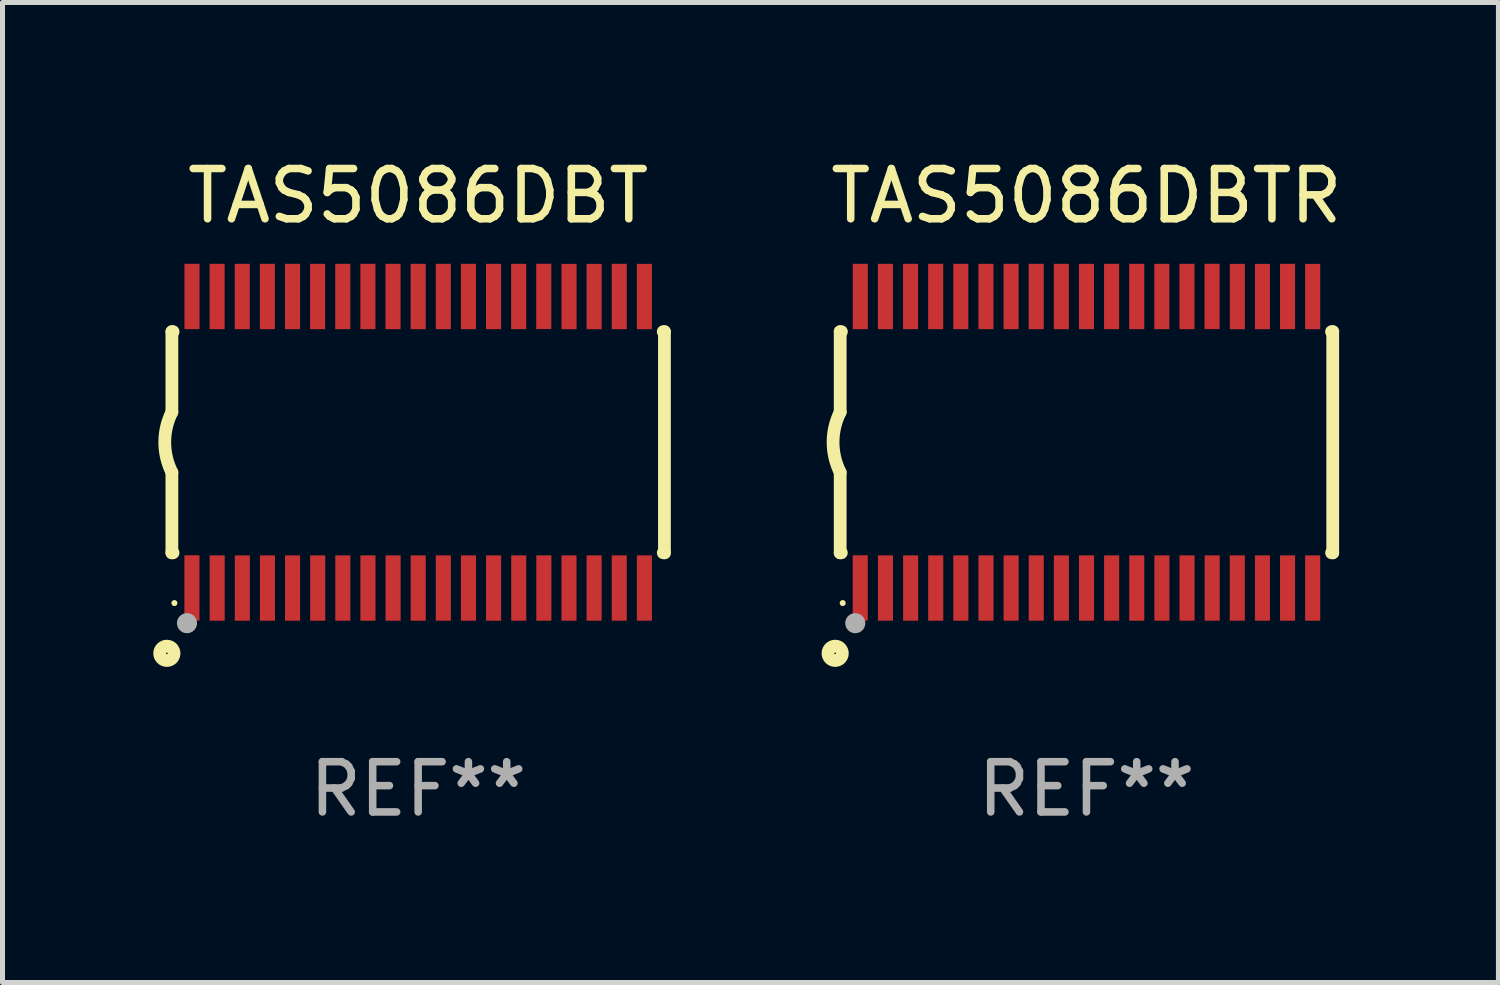
<source format=kicad_pcb>
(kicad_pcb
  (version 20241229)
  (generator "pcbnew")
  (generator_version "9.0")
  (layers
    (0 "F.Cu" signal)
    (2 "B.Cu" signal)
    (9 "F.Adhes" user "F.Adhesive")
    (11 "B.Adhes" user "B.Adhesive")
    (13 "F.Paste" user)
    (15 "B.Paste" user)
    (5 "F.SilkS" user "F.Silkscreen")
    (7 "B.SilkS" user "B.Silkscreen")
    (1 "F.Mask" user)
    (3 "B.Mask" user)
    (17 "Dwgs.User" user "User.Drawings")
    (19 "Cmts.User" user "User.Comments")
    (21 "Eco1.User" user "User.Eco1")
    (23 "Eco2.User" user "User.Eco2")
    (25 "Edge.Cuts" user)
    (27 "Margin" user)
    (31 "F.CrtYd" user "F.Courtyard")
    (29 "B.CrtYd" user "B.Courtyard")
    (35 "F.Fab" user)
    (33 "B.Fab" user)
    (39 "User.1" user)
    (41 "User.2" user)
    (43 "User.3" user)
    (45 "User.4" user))
  (footprint "TAS5086DBTR"
    (layer "F.Cu")
    (at 18.567 5.749)
    (property "Reference" "TAS5086DBTR" (at 0 -4.901 0) (layer "F.SilkS") (effects (font (size 1 1) (thickness 0.15))))
    (attr through_hole)
    (fp_line (start -4.9 -2.2) (end -4.9 -0.6) (stroke (width 0.254) (type solid)) (layer "F.SilkS"))
    (fp_line (start -4.9 -2.2) (end -4.876 -2.2) (stroke (width 0.254) (type solid)) (layer "F.SilkS"))
    (fp_line (start -4.9 2.2) (end -4.9 0.6) (stroke (width 0.254) (type solid)) (layer "F.SilkS"))
    (fp_line (start -4.9 2.2) (end -4.877 2.2) (stroke (width 0.254) (type solid)) (layer "F.SilkS"))
    (fp_line (start 4.876 -2.2) (end 4.9 -2.2) (stroke (width 0.254) (type solid)) (layer "F.SilkS"))
    (fp_line (start 4.877 2.2) (end 4.9 2.2) (stroke (width 0.254) (type solid)) (layer "F.SilkS"))
    (fp_line (start 4.9 -2.2) (end 4.9 2.2) (stroke (width 0.254) (type solid)) (layer "F.SilkS"))
    (fp_arc (start -4.900051 0.599822) (mid -5.041652 -0.000095) (end -4.9 -0.6) (stroke (width 0.254001) (type solid)) (layer "F.SilkS"))
    (fp_circle (center -5 4.2) (end -4.857 4.2) (stroke (width 0.254) (type solid)) (fill no) (layer "F.SilkS"))
    (fp_circle (center -4.85 3.2) (end -4.82 3.2) (stroke (width 0.06) (type solid)) (fill no) (layer "F.SilkS"))
    (fp_circle (center -4.6 3.6) (end -4.5 3.6) (stroke (width 0.2) (type solid)) (fill no) (layer "F.Fab"))
    (fp_text user "REF**" (at 0 6.901 0) (layer "F.Fab") (effects (font (size 1 1) (thickness 0.15))))
    (pad "1" smd rect (at -4.501 2.899 90) (size 1.3 0.3) (layers "F.Cu" "F.Mask" "F.Paste"))
    (pad "2" smd rect (at -3.999 2.901 90) (size 1.3 0.3) (layers "F.Cu" "F.Mask" "F.Paste"))
    (pad "3" smd rect (at -3.498 2.901 90) (size 1.3 0.3) (layers "F.Cu" "F.Mask" "F.Paste"))
    (pad "4" smd rect (at -2.999 2.901 90) (size 1.3 0.3) (layers "F.Cu" "F.Mask" "F.Paste"))
    (pad "5" smd rect (at -2.499 2.901 90) (size 1.3 0.3) (layers "F.Cu" "F.Mask" "F.Paste"))
    (pad "6" smd rect (at -1.999 2.901 90) (size 1.3 0.3) (layers "F.Cu" "F.Mask" "F.Paste"))
    (pad "7" smd rect (at -1.499 2.901 90) (size 1.3 0.3) (layers "F.Cu" "F.Mask" "F.Paste"))
    (pad "8" smd rect (at -0.999 2.901 90) (size 1.3 0.3) (layers "F.Cu" "F.Mask" "F.Paste"))
    (pad "9" smd rect (at -0.499 2.901 90) (size 1.3 0.3) (layers "F.Cu" "F.Mask" "F.Paste"))
    (pad "10" smd rect (at 0.001 2.901 90) (size 1.3 0.3) (layers "F.Cu" "F.Mask" "F.Paste"))
    (pad "11" smd rect (at 0.501 2.901 90) (size 1.3 0.3) (layers "F.Cu" "F.Mask" "F.Paste"))
    (pad "12" smd rect (at 1.001 2.901 90) (size 1.3 0.3) (layers "F.Cu" "F.Mask" "F.Paste"))
    (pad "13" smd rect (at 1.501 2.901 90) (size 1.3 0.3) (layers "F.Cu" "F.Mask" "F.Paste"))
    (pad "14" smd rect (at 2.001 2.901 90) (size 1.3 0.3) (layers "F.Cu" "F.Mask" "F.Paste"))
    (pad "15" smd rect (at 2.501 2.901 90) (size 1.3 0.3) (layers "F.Cu" "F.Mask" "F.Paste"))
    (pad "16" smd rect (at 3.001 2.901 90) (size 1.3 0.3) (layers "F.Cu" "F.Mask" "F.Paste"))
    (pad "17" smd rect (at 3.501 2.901 90) (size 1.3 0.3) (layers "F.Cu" "F.Mask" "F.Paste"))
    (pad "18" smd rect (at 4.001 2.901 90) (size 1.3 0.3) (layers "F.Cu" "F.Mask" "F.Paste"))
    (pad "19" smd rect (at 4.501 2.901 90) (size 1.3 0.3) (layers "F.Cu" "F.Mask" "F.Paste"))
    (pad "20" smd rect (at 4.501 -2.899 90) (size 1.3 0.3) (layers "F.Cu" "F.Mask" "F.Paste"))
    (pad "21" smd rect (at 4.001 -2.9 90) (size 1.3 0.3) (layers "F.Cu" "F.Mask" "F.Paste"))
    (pad "22" smd rect (at 3.501 -2.899 90) (size 1.3 0.3) (layers "F.Cu" "F.Mask" "F.Paste"))
    (pad "23" smd rect (at 3.002 -2.899 90) (size 1.3 0.3) (layers "F.Cu" "F.Mask" "F.Paste"))
    (pad "24" smd rect (at 2.499 -2.901 90) (size 1.3 0.3) (layers "F.Cu" "F.Mask" "F.Paste"))
    (pad "25" smd rect (at 2 -2.9 90) (size 1.3 0.3) (layers "F.Cu" "F.Mask" "F.Paste"))
    (pad "26" smd rect (at 1.5 -2.9 90) (size 1.3 0.3) (layers "F.Cu" "F.Mask" "F.Paste"))
    (pad "27" smd rect (at 1 -2.9 90) (size 1.3 0.3) (layers "F.Cu" "F.Mask" "F.Paste"))
    (pad "28" smd rect (at 0.5 -2.9 90) (size 1.3 0.3) (layers "F.Cu" "F.Mask" "F.Paste"))
    (pad "29" smd rect (at 0.000127 -2.9 90) (size 1.3 0.3) (layers "F.Cu" "F.Mask" "F.Paste"))
    (pad "30" smd rect (at -0.5 -2.9 90) (size 1.3 0.3) (layers "F.Cu" "F.Mask" "F.Paste"))
    (pad "31" smd rect (at -1 -2.9 90) (size 1.3 0.3) (layers "F.Cu" "F.Mask" "F.Paste"))
    (pad "32" smd rect (at -1.5 -2.9 90) (size 1.3 0.3) (layers "F.Cu" "F.Mask" "F.Paste"))
    (pad "33" smd rect (at -2 -2.9 90) (size 1.3 0.3) (layers "F.Cu" "F.Mask" "F.Paste"))
    (pad "34" smd rect (at -2.5 -2.9 90) (size 1.3 0.3) (layers "F.Cu" "F.Mask" "F.Paste"))
    (pad "35" smd rect (at -3 -2.9 90) (size 1.3 0.3) (layers "F.Cu" "F.Mask" "F.Paste"))
    (pad "36" smd rect (at -3.5 -2.9 90) (size 1.3 0.3) (layers "F.Cu" "F.Mask" "F.Paste"))
    (pad "37" smd rect (at -4 -2.9 90) (size 1.3 0.3) (layers "F.Cu" "F.Mask" "F.Paste"))
    (pad "38" smd rect (at -4.5 -2.9 90) (size 1.3 0.3) (layers "F.Cu" "F.Mask" "F.Paste")))
  (footprint "TAS5086DBT"
    (layer "F.Cu")
    (at 5.27 5.749)
    (property "Reference" "TAS5086DBT" (at 0 -4.901 0) (layer "F.SilkS") (effects (font (size 1 1) (thickness 0.15))))
    (attr through_hole)
    (fp_line (start -4.9 -2.2) (end -4.9 -0.6) (stroke (width 0.254) (type solid)) (layer "F.SilkS"))
    (fp_line (start -4.9 -2.2) (end -4.876 -2.2) (stroke (width 0.254) (type solid)) (layer "F.SilkS"))
    (fp_line (start -4.9 2.2) (end -4.9 0.6) (stroke (width 0.254) (type solid)) (layer "F.SilkS"))
    (fp_line (start -4.9 2.2) (end -4.877 2.2) (stroke (width 0.254) (type solid)) (layer "F.SilkS"))
    (fp_line (start 4.876 -2.2) (end 4.9 -2.2) (stroke (width 0.254) (type solid)) (layer "F.SilkS"))
    (fp_line (start 4.877 2.2) (end 4.9 2.2) (stroke (width 0.254) (type solid)) (layer "F.SilkS"))
    (fp_line (start 4.9 -2.2) (end 4.9 2.2) (stroke (width 0.254) (type solid)) (layer "F.SilkS"))
    (fp_arc (start -4.900051 0.599822) (mid -5.041652 -0.000095) (end -4.9 -0.6) (stroke (width 0.254001) (type solid)) (layer "F.SilkS"))
    (fp_circle (center -5 4.2) (end -4.857 4.2) (stroke (width 0.254) (type solid)) (fill no) (layer "F.SilkS"))
    (fp_circle (center -4.85 3.2) (end -4.82 3.2) (stroke (width 0.06) (type solid)) (fill no) (layer "F.SilkS"))
    (fp_circle (center -4.6 3.6) (end -4.5 3.6) (stroke (width 0.2) (type solid)) (fill no) (layer "F.Fab"))
    (fp_text user "REF**" (at 0 6.901 0) (layer "F.Fab") (effects (font (size 1 1) (thickness 0.15))))
    (pad "1" smd rect (at -4.501 2.899 90) (size 1.3 0.3) (layers "F.Cu" "F.Mask" "F.Paste"))
    (pad "2" smd rect (at -3.999 2.901 90) (size 1.3 0.3) (layers "F.Cu" "F.Mask" "F.Paste"))
    (pad "3" smd rect (at -3.498 2.901 90) (size 1.3 0.3) (layers "F.Cu" "F.Mask" "F.Paste"))
    (pad "4" smd rect (at -2.999 2.901 90) (size 1.3 0.3) (layers "F.Cu" "F.Mask" "F.Paste"))
    (pad "5" smd rect (at -2.499 2.901 90) (size 1.3 0.3) (layers "F.Cu" "F.Mask" "F.Paste"))
    (pad "6" smd rect (at -1.999 2.901 90) (size 1.3 0.3) (layers "F.Cu" "F.Mask" "F.Paste"))
    (pad "7" smd rect (at -1.499 2.901 90) (size 1.3 0.3) (layers "F.Cu" "F.Mask" "F.Paste"))
    (pad "8" smd rect (at -0.999 2.901 90) (size 1.3 0.3) (layers "F.Cu" "F.Mask" "F.Paste"))
    (pad "9" smd rect (at -0.499 2.901 90) (size 1.3 0.3) (layers "F.Cu" "F.Mask" "F.Paste"))
    (pad "10" smd rect (at 0.001 2.901 90) (size 1.3 0.3) (layers "F.Cu" "F.Mask" "F.Paste"))
    (pad "11" smd rect (at 0.501 2.901 90) (size 1.3 0.3) (layers "F.Cu" "F.Mask" "F.Paste"))
    (pad "12" smd rect (at 1.001 2.901 90) (size 1.3 0.3) (layers "F.Cu" "F.Mask" "F.Paste"))
    (pad "13" smd rect (at 1.501 2.901 90) (size 1.3 0.3) (layers "F.Cu" "F.Mask" "F.Paste"))
    (pad "14" smd rect (at 2.001 2.901 90) (size 1.3 0.3) (layers "F.Cu" "F.Mask" "F.Paste"))
    (pad "15" smd rect (at 2.501 2.901 90) (size 1.3 0.3) (layers "F.Cu" "F.Mask" "F.Paste"))
    (pad "16" smd rect (at 3.001 2.901 90) (size 1.3 0.3) (layers "F.Cu" "F.Mask" "F.Paste"))
    (pad "17" smd rect (at 3.501 2.901 90) (size 1.3 0.3) (layers "F.Cu" "F.Mask" "F.Paste"))
    (pad "18" smd rect (at 4.001 2.901 90) (size 1.3 0.3) (layers "F.Cu" "F.Mask" "F.Paste"))
    (pad "19" smd rect (at 4.501 2.901 90) (size 1.3 0.3) (layers "F.Cu" "F.Mask" "F.Paste"))
    (pad "20" smd rect (at 4.501 -2.899 90) (size 1.3 0.3) (layers "F.Cu" "F.Mask" "F.Paste"))
    (pad "21" smd rect (at 4.001 -2.9 90) (size 1.3 0.3) (layers "F.Cu" "F.Mask" "F.Paste"))
    (pad "22" smd rect (at 3.501 -2.899 90) (size 1.3 0.3) (layers "F.Cu" "F.Mask" "F.Paste"))
    (pad "23" smd rect (at 3.002 -2.899 90) (size 1.3 0.3) (layers "F.Cu" "F.Mask" "F.Paste"))
    (pad "24" smd rect (at 2.499 -2.901 90) (size 1.3 0.3) (layers "F.Cu" "F.Mask" "F.Paste"))
    (pad "25" smd rect (at 2 -2.9 90) (size 1.3 0.3) (layers "F.Cu" "F.Mask" "F.Paste"))
    (pad "26" smd rect (at 1.5 -2.9 90) (size 1.3 0.3) (layers "F.Cu" "F.Mask" "F.Paste"))
    (pad "27" smd rect (at 1 -2.9 90) (size 1.3 0.3) (layers "F.Cu" "F.Mask" "F.Paste"))
    (pad "28" smd rect (at 0.5 -2.9 90) (size 1.3 0.3) (layers "F.Cu" "F.Mask" "F.Paste"))
    (pad "29" smd rect (at 0.000127 -2.9 90) (size 1.3 0.3) (layers "F.Cu" "F.Mask" "F.Paste"))
    (pad "30" smd rect (at -0.5 -2.9 90) (size 1.3 0.3) (layers "F.Cu" "F.Mask" "F.Paste"))
    (pad "31" smd rect (at -1 -2.9 90) (size 1.3 0.3) (layers "F.Cu" "F.Mask" "F.Paste"))
    (pad "32" smd rect (at -1.5 -2.9 90) (size 1.3 0.3) (layers "F.Cu" "F.Mask" "F.Paste"))
    (pad "33" smd rect (at -2 -2.9 90) (size 1.3 0.3) (layers "F.Cu" "F.Mask" "F.Paste"))
    (pad "34" smd rect (at -2.5 -2.9 90) (size 1.3 0.3) (layers "F.Cu" "F.Mask" "F.Paste"))
    (pad "35" smd rect (at -3 -2.9 90) (size 1.3 0.3) (layers "F.Cu" "F.Mask" "F.Paste"))
    (pad "36" smd rect (at -3.5 -2.9 90) (size 1.3 0.3) (layers "F.Cu" "F.Mask" "F.Paste"))
    (pad "37" smd rect (at -4 -2.9 90) (size 1.3 0.3) (layers "F.Cu" "F.Mask" "F.Paste"))
    (pad "38" smd rect (at -4.5 -2.9 90) (size 1.3 0.3) (layers "F.Cu" "F.Mask" "F.Paste")))
  (gr_rect
    (start -3 -3)
    (end 26.764 16.499)
    (stroke (width 0.1) (type default))
    (fill no)
    (layer "Edge.Cuts")))
</source>
